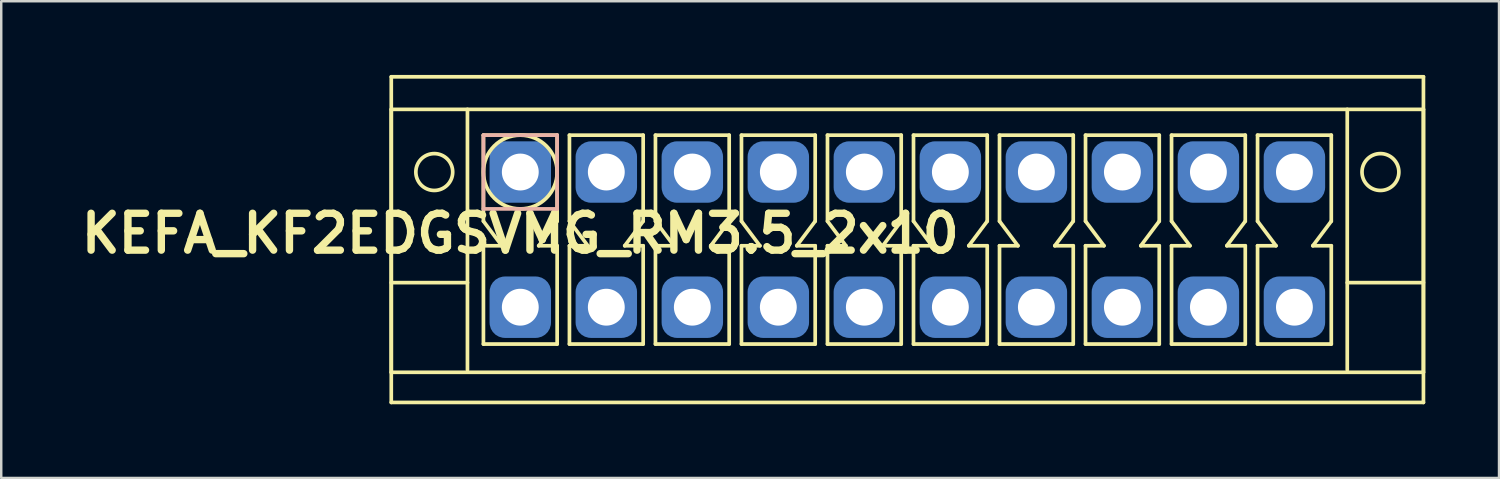
<source format=kicad_pcb>
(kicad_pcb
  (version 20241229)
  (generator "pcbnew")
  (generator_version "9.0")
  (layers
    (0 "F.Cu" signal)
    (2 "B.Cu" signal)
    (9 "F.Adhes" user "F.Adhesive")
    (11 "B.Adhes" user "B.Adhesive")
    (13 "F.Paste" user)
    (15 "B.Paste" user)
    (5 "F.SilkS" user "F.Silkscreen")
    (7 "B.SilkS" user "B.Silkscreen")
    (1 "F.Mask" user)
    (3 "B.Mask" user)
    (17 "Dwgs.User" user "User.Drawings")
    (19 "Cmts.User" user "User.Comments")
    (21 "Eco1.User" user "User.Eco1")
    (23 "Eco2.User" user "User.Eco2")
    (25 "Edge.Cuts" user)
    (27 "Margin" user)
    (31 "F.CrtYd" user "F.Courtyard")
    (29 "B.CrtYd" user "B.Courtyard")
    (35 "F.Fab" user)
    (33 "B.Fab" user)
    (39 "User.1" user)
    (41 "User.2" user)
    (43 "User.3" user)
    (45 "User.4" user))
  (footprint "KEFA_KF2EDGSVMG_RM3.5_2x10"
    (layer "F.Cu")
    (at 18.121 3.95)
    (property "Reference" "KEFA_KF2EDGSVMG_RM3.5_2x10" (at 0 2.5 0) (layer "F.SilkS") (effects (font (size 1.5 1.5) (thickness 0.3))))
    (attr through_hole)
    (fp_line (start -5.25 -3.875) (end 36.75 -3.875) (stroke (width 0.15) (type solid)) (layer "F.SilkS"))
    (fp_line (start -5.25 -2.55) (end 36.75 -2.55) (stroke (width 0.15) (type solid)) (layer "F.SilkS"))
    (fp_line (start -5.25 4.5) (end -2.15 4.5) (stroke (width 0.15) (type solid)) (layer "F.SilkS"))
    (fp_line (start -5.25 8.15) (end -5.25 -2.55) (stroke (width 0.15) (type solid)) (layer "F.SilkS"))
    (fp_line (start -5.25 9.375) (end -5.25 -3.875) (stroke (width 0.15) (type solid)) (layer "F.SilkS"))
    (fp_line (start -2.15 -2.55) (end -2.15 8.05) (stroke (width 0.15) (type solid)) (layer "F.SilkS"))
    (fp_line (start -1.5 -1.5) (end -1.5 2) (stroke (width 0.15) (type solid)) (layer "F.SilkS"))
    (fp_line (start -1.5 -1.5) (end 1.5 -1.5) (stroke (width 0.15) (type solid)) (layer "F.SilkS"))
    (fp_line (start -1.5 2) (end -0.75 3) (stroke (width 0.15) (type solid)) (layer "F.SilkS"))
    (fp_line (start -1.5 3) (end -1.5 7) (stroke (width 0.15) (type solid)) (layer "F.SilkS"))
    (fp_line (start -1.5 7) (end 1.5 7) (stroke (width 0.15) (type solid)) (layer "F.SilkS"))
    (fp_line (start -0.75 3) (end -1.5 3) (stroke (width 0.15) (type solid)) (layer "F.SilkS"))
    (fp_line (start 0.75 3) (end 1.5 3) (stroke (width 0.15) (type solid)) (layer "F.SilkS"))
    (fp_line (start 1.5 -1.5) (end 1.5 2) (stroke (width 0.15) (type solid)) (layer "F.SilkS"))
    (fp_line (start 1.5 2) (end 0.75 3) (stroke (width 0.15) (type solid)) (layer "F.SilkS"))
    (fp_line (start 1.5 3) (end 1.5 7) (stroke (width 0.15) (type solid)) (layer "F.SilkS"))
    (fp_line (start 2 -1.5) (end 2 2) (stroke (width 0.15) (type solid)) (layer "F.SilkS"))
    (fp_line (start 2 -1.5) (end 5 -1.5) (stroke (width 0.15) (type solid)) (layer "F.SilkS"))
    (fp_line (start 2 2) (end 2.75 3) (stroke (width 0.15) (type solid)) (layer "F.SilkS"))
    (fp_line (start 2 3) (end 2 7) (stroke (width 0.15) (type solid)) (layer "F.SilkS"))
    (fp_line (start 2 7) (end 5 7) (stroke (width 0.15) (type solid)) (layer "F.SilkS"))
    (fp_line (start 2.75 3) (end 2 3) (stroke (width 0.15) (type solid)) (layer "F.SilkS"))
    (fp_line (start 4.25 3) (end 5 3) (stroke (width 0.15) (type solid)) (layer "F.SilkS"))
    (fp_line (start 5 -1.5) (end 5 2) (stroke (width 0.15) (type solid)) (layer "F.SilkS"))
    (fp_line (start 5 2) (end 4.25 3) (stroke (width 0.15) (type solid)) (layer "F.SilkS"))
    (fp_line (start 5 3) (end 5 7) (stroke (width 0.15) (type solid)) (layer "F.SilkS"))
    (fp_line (start 5.5 -1.5) (end 5.5 2) (stroke (width 0.15) (type solid)) (layer "F.SilkS"))
    (fp_line (start 5.5 -1.5) (end 8.5 -1.5) (stroke (width 0.15) (type solid)) (layer "F.SilkS"))
    (fp_line (start 5.5 2) (end 6.25 3) (stroke (width 0.15) (type solid)) (layer "F.SilkS"))
    (fp_line (start 5.5 3) (end 5.5 7) (stroke (width 0.15) (type solid)) (layer "F.SilkS"))
    (fp_line (start 5.5 7) (end 8.5 7) (stroke (width 0.15) (type solid)) (layer "F.SilkS"))
    (fp_line (start 6.25 3) (end 5.5 3) (stroke (width 0.15) (type solid)) (layer "F.SilkS"))
    (fp_line (start 7.75 3) (end 8.5 3) (stroke (width 0.15) (type solid)) (layer "F.SilkS"))
    (fp_line (start 8.5 -1.5) (end 8.5 2) (stroke (width 0.15) (type solid)) (layer "F.SilkS"))
    (fp_line (start 8.5 2) (end 7.75 3) (stroke (width 0.15) (type solid)) (layer "F.SilkS"))
    (fp_line (start 8.5 3) (end 8.5 7) (stroke (width 0.15) (type solid)) (layer "F.SilkS"))
    (fp_line (start 9 -1.5) (end 9 2) (stroke (width 0.15) (type solid)) (layer "F.SilkS"))
    (fp_line (start 9 -1.5) (end 12 -1.5) (stroke (width 0.15) (type solid)) (layer "F.SilkS"))
    (fp_line (start 9 2) (end 9.75 3) (stroke (width 0.15) (type solid)) (layer "F.SilkS"))
    (fp_line (start 9 3) (end 9 7) (stroke (width 0.15) (type solid)) (layer "F.SilkS"))
    (fp_line (start 9 7) (end 12 7) (stroke (width 0.15) (type solid)) (layer "F.SilkS"))
    (fp_line (start 9.75 3) (end 9 3) (stroke (width 0.15) (type solid)) (layer "F.SilkS"))
    (fp_line (start 11.25 3) (end 12 3) (stroke (width 0.15) (type solid)) (layer "F.SilkS"))
    (fp_line (start 12 -1.5) (end 12 2) (stroke (width 0.15) (type solid)) (layer "F.SilkS"))
    (fp_line (start 12 2) (end 11.25 3) (stroke (width 0.15) (type solid)) (layer "F.SilkS"))
    (fp_line (start 12 3) (end 12 7) (stroke (width 0.15) (type solid)) (layer "F.SilkS"))
    (fp_line (start 12.5 -1.5) (end 12.5 2) (stroke (width 0.15) (type solid)) (layer "F.SilkS"))
    (fp_line (start 12.5 -1.5) (end 15.5 -1.5) (stroke (width 0.15) (type solid)) (layer "F.SilkS"))
    (fp_line (start 12.5 2) (end 13.25 3) (stroke (width 0.15) (type solid)) (layer "F.SilkS"))
    (fp_line (start 12.5 3) (end 12.5 7) (stroke (width 0.15) (type solid)) (layer "F.SilkS"))
    (fp_line (start 12.5 7) (end 15.5 7) (stroke (width 0.15) (type solid)) (layer "F.SilkS"))
    (fp_line (start 13.25 3) (end 12.5 3) (stroke (width 0.15) (type solid)) (layer "F.SilkS"))
    (fp_line (start 14.75 3) (end 15.5 3) (stroke (width 0.15) (type solid)) (layer "F.SilkS"))
    (fp_line (start 15.5 -1.5) (end 15.5 2) (stroke (width 0.15) (type solid)) (layer "F.SilkS"))
    (fp_line (start 15.5 2) (end 14.75 3) (stroke (width 0.15) (type solid)) (layer "F.SilkS"))
    (fp_line (start 15.5 3) (end 15.5 7) (stroke (width 0.15) (type solid)) (layer "F.SilkS"))
    (fp_line (start 16 -1.5) (end 16 2) (stroke (width 0.15) (type solid)) (layer "F.SilkS"))
    (fp_line (start 16 -1.5) (end 19 -1.5) (stroke (width 0.15) (type solid)) (layer "F.SilkS"))
    (fp_line (start 16 2) (end 16.75 3) (stroke (width 0.15) (type solid)) (layer "F.SilkS"))
    (fp_line (start 16 3) (end 16 7) (stroke (width 0.15) (type solid)) (layer "F.SilkS"))
    (fp_line (start 16 7) (end 19 7) (stroke (width 0.15) (type solid)) (layer "F.SilkS"))
    (fp_line (start 16.75 3) (end 16 3) (stroke (width 0.15) (type solid)) (layer "F.SilkS"))
    (fp_line (start 18.25 3) (end 19 3) (stroke (width 0.15) (type solid)) (layer "F.SilkS"))
    (fp_line (start 19 -1.5) (end 19 2) (stroke (width 0.15) (type solid)) (layer "F.SilkS"))
    (fp_line (start 19 2) (end 18.25 3) (stroke (width 0.15) (type solid)) (layer "F.SilkS"))
    (fp_line (start 19 3) (end 19 7) (stroke (width 0.15) (type solid)) (layer "F.SilkS"))
    (fp_line (start 19.5 -1.5) (end 19.5 2) (stroke (width 0.15) (type solid)) (layer "F.SilkS"))
    (fp_line (start 19.5 -1.5) (end 22.5 -1.5) (stroke (width 0.15) (type solid)) (layer "F.SilkS"))
    (fp_line (start 19.5 2) (end 20.25 3) (stroke (width 0.15) (type solid)) (layer "F.SilkS"))
    (fp_line (start 19.5 3) (end 19.5 7) (stroke (width 0.15) (type solid)) (layer "F.SilkS"))
    (fp_line (start 19.5 7) (end 22.5 7) (stroke (width 0.15) (type solid)) (layer "F.SilkS"))
    (fp_line (start 20.25 3) (end 19.5 3) (stroke (width 0.15) (type solid)) (layer "F.SilkS"))
    (fp_line (start 21.75 3) (end 22.5 3) (stroke (width 0.15) (type solid)) (layer "F.SilkS"))
    (fp_line (start 22.5 -1.5) (end 22.5 2) (stroke (width 0.15) (type solid)) (layer "F.SilkS"))
    (fp_line (start 22.5 2) (end 21.75 3) (stroke (width 0.15) (type solid)) (layer "F.SilkS"))
    (fp_line (start 22.5 3) (end 22.5 7) (stroke (width 0.15) (type solid)) (layer "F.SilkS"))
    (fp_line (start 23 -1.5) (end 23 2) (stroke (width 0.15) (type solid)) (layer "F.SilkS"))
    (fp_line (start 23 -1.5) (end 26 -1.5) (stroke (width 0.15) (type solid)) (layer "F.SilkS"))
    (fp_line (start 23 2) (end 23.75 3) (stroke (width 0.15) (type solid)) (layer "F.SilkS"))
    (fp_line (start 23 3) (end 23 7) (stroke (width 0.15) (type solid)) (layer "F.SilkS"))
    (fp_line (start 23 7) (end 26 7) (stroke (width 0.15) (type solid)) (layer "F.SilkS"))
    (fp_line (start 23.75 3) (end 23 3) (stroke (width 0.15) (type solid)) (layer "F.SilkS"))
    (fp_line (start 25.25 3) (end 26 3) (stroke (width 0.15) (type solid)) (layer "F.SilkS"))
    (fp_line (start 26 -1.5) (end 26 2) (stroke (width 0.15) (type solid)) (layer "F.SilkS"))
    (fp_line (start 26 2) (end 25.25 3) (stroke (width 0.15) (type solid)) (layer "F.SilkS"))
    (fp_line (start 26 3) (end 26 7) (stroke (width 0.15) (type solid)) (layer "F.SilkS"))
    (fp_line (start 26.5 -1.5) (end 26.5 2) (stroke (width 0.15) (type solid)) (layer "F.SilkS"))
    (fp_line (start 26.5 -1.5) (end 29.5 -1.5) (stroke (width 0.15) (type solid)) (layer "F.SilkS"))
    (fp_line (start 26.5 2) (end 27.25 3) (stroke (width 0.15) (type solid)) (layer "F.SilkS"))
    (fp_line (start 26.5 3) (end 26.5 7) (stroke (width 0.15) (type solid)) (layer "F.SilkS"))
    (fp_line (start 26.5 7) (end 29.5 7) (stroke (width 0.15) (type solid)) (layer "F.SilkS"))
    (fp_line (start 27.25 3) (end 26.5 3) (stroke (width 0.15) (type solid)) (layer "F.SilkS"))
    (fp_line (start 28.75 3) (end 29.5 3) (stroke (width 0.15) (type solid)) (layer "F.SilkS"))
    (fp_line (start 29.5 -1.5) (end 29.5 2) (stroke (width 0.15) (type solid)) (layer "F.SilkS"))
    (fp_line (start 29.5 2) (end 28.75 3) (stroke (width 0.15) (type solid)) (layer "F.SilkS"))
    (fp_line (start 29.5 3) (end 29.5 7) (stroke (width 0.15) (type solid)) (layer "F.SilkS"))
    (fp_line (start 30 -1.5) (end 30 2) (stroke (width 0.15) (type solid)) (layer "F.SilkS"))
    (fp_line (start 30 -1.5) (end 33 -1.5) (stroke (width 0.15) (type solid)) (layer "F.SilkS"))
    (fp_line (start 30 2) (end 30.75 3) (stroke (width 0.15) (type solid)) (layer "F.SilkS"))
    (fp_line (start 30 3) (end 30 7) (stroke (width 0.15) (type solid)) (layer "F.SilkS"))
    (fp_line (start 30 7) (end 33 7) (stroke (width 0.15) (type solid)) (layer "F.SilkS"))
    (fp_line (start 30.75 3) (end 30 3) (stroke (width 0.15) (type solid)) (layer "F.SilkS"))
    (fp_line (start 32.25 3) (end 33 3) (stroke (width 0.15) (type solid)) (layer "F.SilkS"))
    (fp_line (start 33 -1.5) (end 33 2) (stroke (width 0.15) (type solid)) (layer "F.SilkS"))
    (fp_line (start 33 2) (end 32.25 3) (stroke (width 0.15) (type solid)) (layer "F.SilkS"))
    (fp_line (start 33 3) (end 33 7) (stroke (width 0.15) (type solid)) (layer "F.SilkS"))
    (fp_line (start 33.65 -2.55) (end 33.65 8.05) (stroke (width 0.15) (type solid)) (layer "F.SilkS"))
    (fp_line (start 36.75 -3.875) (end 36.75 9.375) (stroke (width 0.15) (type solid)) (layer "F.SilkS"))
    (fp_line (start 36.75 -2.55) (end 36.75 8.15) (stroke (width 0.15) (type solid)) (layer "F.SilkS"))
    (fp_line (start 36.75 4.5) (end 33.65 4.5) (stroke (width 0.15) (type solid)) (layer "F.SilkS"))
    (fp_line (start 36.75 8.15) (end -5.25 8.15) (stroke (width 0.15) (type solid)) (layer "F.SilkS"))
    (fp_line (start 36.75 9.375) (end -5.25 9.375) (stroke (width 0.15) (type solid)) (layer "F.SilkS"))
    (fp_circle (center -3.5 0) (end -2.75 0) (stroke (width 0.15) (type solid)) (fill no) (layer "F.SilkS"))
    (fp_circle (center 0 0) (end 1.5 0) (stroke (width 0.15) (type solid)) (fill no) (layer "F.SilkS"))
    (fp_circle (center 35 0) (end 34.25 0) (stroke (width 0.15) (type solid)) (fill no) (layer "F.SilkS"))
    (fp_line (start -1.5 -1.5) (end 1.5 -1.5) (stroke (width 0.15) (type solid)) (layer "B.SilkS"))
    (fp_line (start -1.5 1.5) (end -1.5 -1.5) (stroke (width 0.15) (type solid)) (layer "B.SilkS"))
    (fp_line (start 1.5 -1.5) (end 1.5 1.5) (stroke (width 0.15) (type solid)) (layer "B.SilkS"))
    (fp_line (start 1.5 1.5) (end -1.5 1.5) (stroke (width 0.15) (type solid)) (layer "B.SilkS"))
    (pad "1" thru_hole circle (at 0 0) (size 1.8 1.8) (drill 1.5) (layers "*.Cu" "*.Mask"))
    (pad "1" smd roundrect (at 0 0) (size 2.5 2.5) (layers "B.Cu" "B.Mask") (roundrect_rratio 0.25))
    (pad "2" thru_hole circle (at 3.5 0) (size 1.8 1.8) (drill 1.5) (layers "*.Cu" "*.Mask"))
    (pad "2" smd roundrect (at 3.5 0) (size 2.5 2.5) (layers "B.Cu" "B.Mask") (roundrect_rratio 0.25))
    (pad "3" thru_hole circle (at 7 0) (size 1.8 1.8) (drill 1.5) (layers "*.Cu" "*.Mask"))
    (pad "3" smd roundrect (at 7 0) (size 2.5 2.5) (layers "B.Cu" "B.Mask") (roundrect_rratio 0.25))
    (pad "4" thru_hole circle (at 10.5 0) (size 1.8 1.8) (drill 1.5) (layers "*.Cu" "*.Mask"))
    (pad "4" smd roundrect (at 10.5 0) (size 2.5 2.5) (layers "B.Cu" "B.Mask") (roundrect_rratio 0.25))
    (pad "5" thru_hole circle (at 14 0) (size 1.8 1.8) (drill 1.5) (layers "*.Cu" "*.Mask"))
    (pad "5" smd roundrect (at 14 0) (size 2.5 2.5) (layers "B.Cu" "B.Mask") (roundrect_rratio 0.25))
    (pad "6" thru_hole circle (at 17.5 0) (size 1.8 1.8) (drill 1.5) (layers "*.Cu" "*.Mask"))
    (pad "6" smd roundrect (at 17.5 0) (size 2.5 2.5) (layers "B.Cu" "B.Mask") (roundrect_rratio 0.25))
    (pad "7" thru_hole circle (at 21 0) (size 1.8 1.8) (drill 1.5) (layers "*.Cu" "*.Mask"))
    (pad "7" smd roundrect (at 21 0) (size 2.5 2.5) (layers "B.Cu" "B.Mask") (roundrect_rratio 0.25))
    (pad "8" thru_hole circle (at 24.5 0) (size 1.8 1.8) (drill 1.5) (layers "*.Cu" "*.Mask"))
    (pad "8" smd roundrect (at 24.5 0) (size 2.5 2.5) (layers "B.Cu" "B.Mask") (roundrect_rratio 0.25))
    (pad "9" thru_hole circle (at 28 0) (size 1.8 1.8) (drill 1.5) (layers "*.Cu" "*.Mask"))
    (pad "9" smd roundrect (at 28 0) (size 2.5 2.5) (layers "B.Cu" "B.Mask") (roundrect_rratio 0.25))
    (pad "10" thru_hole circle (at 31.5 0) (size 1.8 1.8) (drill 1.5) (layers "*.Cu" "*.Mask"))
    (pad "10" smd roundrect (at 31.5 0) (size 2.5 2.5) (layers "B.Cu" "B.Mask") (roundrect_rratio 0.25))
    (pad "11" thru_hole circle (at 0 5.5) (size 1.8 1.8) (drill 1.5) (layers "*.Cu" "*.Mask"))
    (pad "11" smd roundrect (at 0 5.5) (size 2.5 2.5) (layers "B.Cu" "B.Mask") (roundrect_rratio 0.25))
    (pad "12" thru_hole circle (at 3.5 5.5) (size 1.8 1.8) (drill 1.5) (layers "*.Cu" "*.Mask"))
    (pad "12" smd roundrect (at 3.5 5.5) (size 2.5 2.5) (layers "B.Cu" "B.Mask") (roundrect_rratio 0.25))
    (pad "13" thru_hole circle (at 7 5.5) (size 1.8 1.8) (drill 1.5) (layers "*.Cu" "*.Mask"))
    (pad "13" smd roundrect (at 7 5.5) (size 2.5 2.5) (layers "B.Cu" "B.Mask") (roundrect_rratio 0.25))
    (pad "14" thru_hole circle (at 10.5 5.5) (size 1.8 1.8) (drill 1.5) (layers "*.Cu" "*.Mask"))
    (pad "14" smd roundrect (at 10.5 5.5) (size 2.5 2.5) (layers "B.Cu" "B.Mask") (roundrect_rratio 0.25))
    (pad "15" thru_hole circle (at 14 5.5) (size 1.8 1.8) (drill 1.5) (layers "*.Cu" "*.Mask"))
    (pad "15" smd roundrect (at 14 5.5) (size 2.5 2.5) (layers "B.Cu" "B.Mask") (roundrect_rratio 0.25))
    (pad "16" thru_hole circle (at 17.5 5.5) (size 1.8 1.8) (drill 1.5) (layers "*.Cu" "*.Mask"))
    (pad "16" smd roundrect (at 17.5 5.5) (size 2.5 2.5) (layers "B.Cu" "B.Mask") (roundrect_rratio 0.25))
    (pad "17" thru_hole circle (at 21 5.5) (size 1.8 1.8) (drill 1.5) (layers "*.Cu" "*.Mask"))
    (pad "17" smd roundrect (at 21 5.5) (size 2.5 2.5) (layers "B.Cu" "B.Mask") (roundrect_rratio 0.25))
    (pad "18" thru_hole circle (at 24.5 5.5) (size 1.8 1.8) (drill 1.5) (layers "*.Cu" "*.Mask"))
    (pad "18" smd roundrect (at 24.5 5.5) (size 2.5 2.5) (layers "B.Cu" "B.Mask") (roundrect_rratio 0.25))
    (pad "19" thru_hole circle (at 28 5.5) (size 1.8 1.8) (drill 1.5) (layers "*.Cu" "*.Mask"))
    (pad "19" smd roundrect (at 28 5.5) (size 2.5 2.5) (layers "B.Cu" "B.Mask") (roundrect_rratio 0.25))
    (pad "20" thru_hole circle (at 31.5 5.5) (size 1.8 1.8) (drill 1.5) (layers "*.Cu" "*.Mask"))
    (pad "20" smd roundrect (at 31.5 5.5) (size 2.5 2.5) (layers "B.Cu" "B.Mask") (roundrect_rratio 0.25)))
  (gr_rect
    (start -3 -3)
    (end 57.946 16.4)
    (stroke (width 0.1) (type default))
    (fill no)
    (layer "Edge.Cuts")))
</source>
